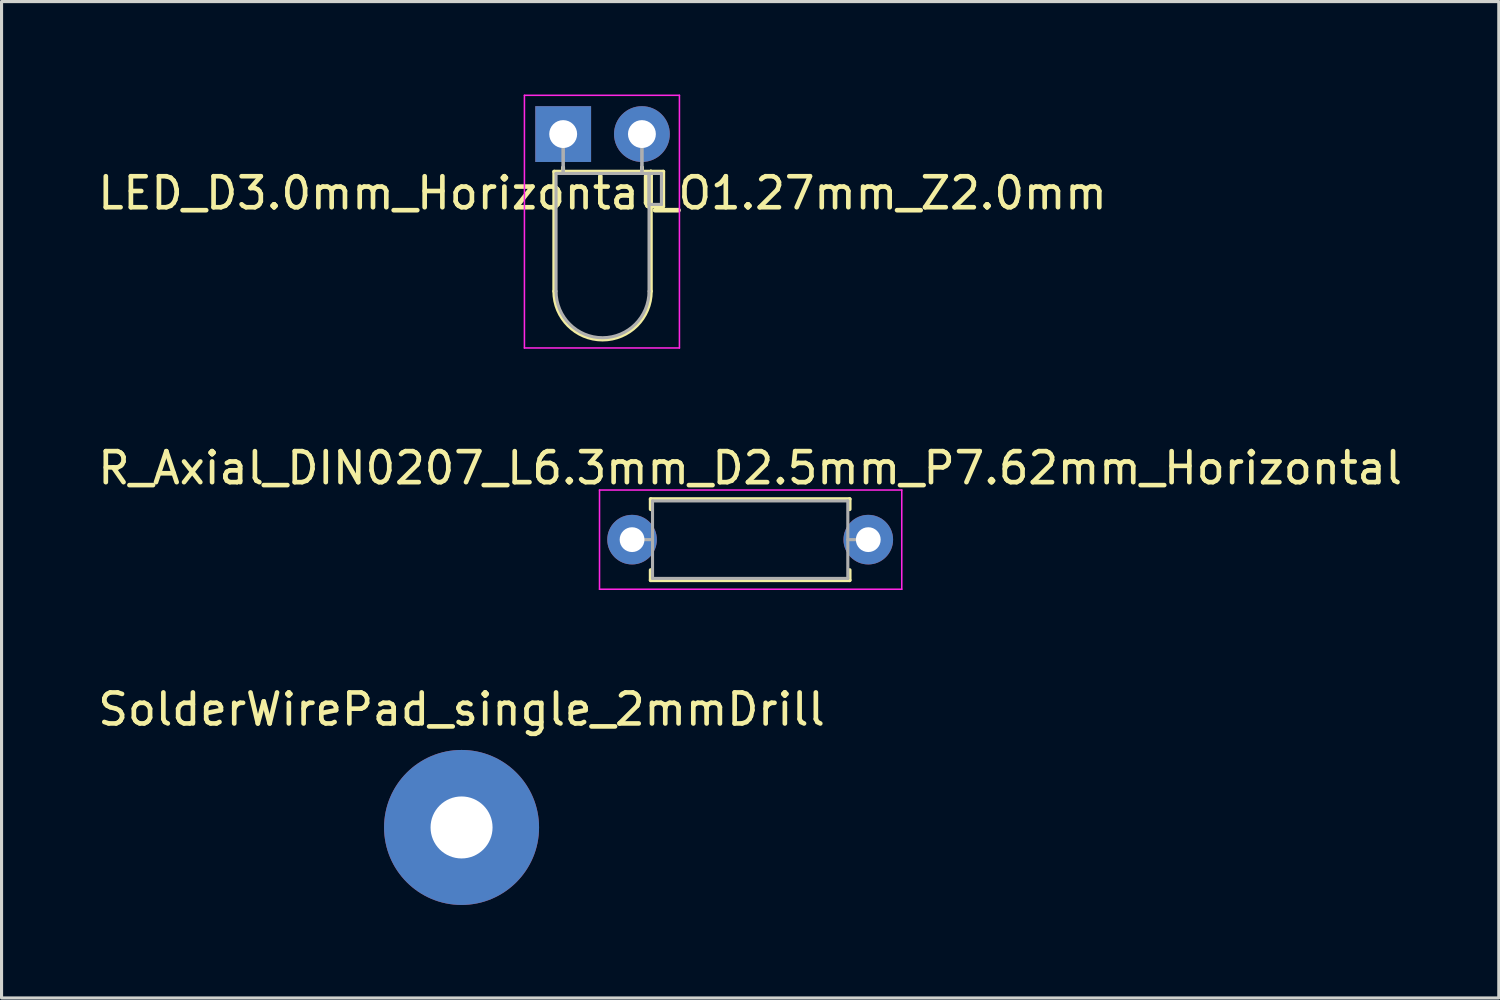
<source format=kicad_pcb>
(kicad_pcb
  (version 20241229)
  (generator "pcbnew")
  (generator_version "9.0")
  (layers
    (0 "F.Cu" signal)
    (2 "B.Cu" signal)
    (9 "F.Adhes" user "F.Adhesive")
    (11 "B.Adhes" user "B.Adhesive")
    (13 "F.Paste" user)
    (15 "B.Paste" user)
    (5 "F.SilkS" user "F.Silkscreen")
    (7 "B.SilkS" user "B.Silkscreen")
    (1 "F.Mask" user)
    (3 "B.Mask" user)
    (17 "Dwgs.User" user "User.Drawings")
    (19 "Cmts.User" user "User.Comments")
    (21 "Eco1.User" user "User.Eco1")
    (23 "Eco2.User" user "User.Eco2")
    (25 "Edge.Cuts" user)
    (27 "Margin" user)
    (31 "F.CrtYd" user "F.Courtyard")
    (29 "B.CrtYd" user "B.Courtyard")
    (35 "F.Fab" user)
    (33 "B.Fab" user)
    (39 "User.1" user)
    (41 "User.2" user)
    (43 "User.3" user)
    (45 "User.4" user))
  (footprint "LED_D3.0mm_Horizontal_O1.27mm_Z2.0mm"
    (layer "F.Cu")
    (at 15.117 1.275)
    (property "Reference" "LED_D3.0mm_Horizontal_O1.27mm_Z2.0mm" (at 1.27 1.905 0) (layer "F.SilkS") (effects (font (size 1 1) (thickness 0.15))))
    (attr through_hole)
    (fp_line (start -0.29 1.21) (end -0.29 5.07) (stroke (width 0.12) (type solid)) (layer "F.SilkS"))
    (fp_line (start -0.29 1.21) (end 2.83 1.21) (stroke (width 0.12) (type solid)) (layer "F.SilkS"))
    (fp_line (start 0 1.08) (end 0 1.08) (stroke (width 0.12) (type solid)) (layer "F.SilkS"))
    (fp_line (start 0 1.08) (end 0 1.21) (stroke (width 0.12) (type solid)) (layer "F.SilkS"))
    (fp_line (start 0 1.21) (end 0 1.08) (stroke (width 0.12) (type solid)) (layer "F.SilkS"))
    (fp_line (start 0 1.21) (end 0 1.21) (stroke (width 0.12) (type solid)) (layer "F.SilkS"))
    (fp_line (start 2.54 1.08) (end 2.54 1.08) (stroke (width 0.12) (type solid)) (layer "F.SilkS"))
    (fp_line (start 2.54 1.08) (end 2.54 1.21) (stroke (width 0.12) (type solid)) (layer "F.SilkS"))
    (fp_line (start 2.54 1.21) (end 2.54 1.08) (stroke (width 0.12) (type solid)) (layer "F.SilkS"))
    (fp_line (start 2.54 1.21) (end 2.54 1.21) (stroke (width 0.12) (type solid)) (layer "F.SilkS"))
    (fp_line (start 2.83 1.21) (end 2.83 5.07) (stroke (width 0.12) (type solid)) (layer "F.SilkS"))
    (fp_line (start 2.83 1.21) (end 3.23 1.21) (stroke (width 0.12) (type solid)) (layer "F.SilkS"))
    (fp_line (start 2.83 2.33) (end 2.83 1.21) (stroke (width 0.12) (type solid)) (layer "F.SilkS"))
    (fp_line (start 3.23 1.21) (end 3.23 2.33) (stroke (width 0.12) (type solid)) (layer "F.SilkS"))
    (fp_line (start 3.23 2.33) (end 2.83 2.33) (stroke (width 0.12) (type solid)) (layer "F.SilkS"))
    (fp_arc (start 2.83 5.07) (mid 1.27 6.63) (end -0.29 5.07) (stroke (width 0.12) (type solid)) (layer "F.SilkS"))
    (fp_line (start -1.25 -1.25) (end -1.25 6.9) (stroke (width 0.05) (type solid)) (layer "F.CrtYd"))
    (fp_line (start -1.25 6.9) (end 3.75 6.9) (stroke (width 0.05) (type solid)) (layer "F.CrtYd"))
    (fp_line (start 3.75 -1.25) (end -1.25 -1.25) (stroke (width 0.05) (type solid)) (layer "F.CrtYd"))
    (fp_line (start 3.75 6.9) (end 3.75 -1.25) (stroke (width 0.05) (type solid)) (layer "F.CrtYd"))
    (fp_line (start -0.23 1.27) (end -0.23 5.07) (stroke (width 0.1) (type solid)) (layer "F.Fab"))
    (fp_line (start -0.23 1.27) (end 2.77 1.27) (stroke (width 0.1) (type solid)) (layer "F.Fab"))
    (fp_line (start 0 0) (end 0 0) (stroke (width 0.1) (type solid)) (layer "F.Fab"))
    (fp_line (start 0 0) (end 0 1.27) (stroke (width 0.1) (type solid)) (layer "F.Fab"))
    (fp_line (start 0 1.27) (end 0 0) (stroke (width 0.1) (type solid)) (layer "F.Fab"))
    (fp_line (start 0 1.27) (end 0 1.27) (stroke (width 0.1) (type solid)) (layer "F.Fab"))
    (fp_line (start 2.54 0) (end 2.54 0) (stroke (width 0.1) (type solid)) (layer "F.Fab"))
    (fp_line (start 2.54 0) (end 2.54 1.27) (stroke (width 0.1) (type solid)) (layer "F.Fab"))
    (fp_line (start 2.54 1.27) (end 2.54 0) (stroke (width 0.1) (type solid)) (layer "F.Fab"))
    (fp_line (start 2.54 1.27) (end 2.54 1.27) (stroke (width 0.1) (type solid)) (layer "F.Fab"))
    (fp_line (start 2.77 1.27) (end 2.77 5.07) (stroke (width 0.1) (type solid)) (layer "F.Fab"))
    (fp_line (start 2.77 1.27) (end 3.17 1.27) (stroke (width 0.1) (type solid)) (layer "F.Fab"))
    (fp_line (start 2.77 2.27) (end 2.77 1.27) (stroke (width 0.1) (type solid)) (layer "F.Fab"))
    (fp_line (start 3.17 1.27) (end 3.17 2.27) (stroke (width 0.1) (type solid)) (layer "F.Fab"))
    (fp_line (start 3.17 2.27) (end 2.77 2.27) (stroke (width 0.1) (type solid)) (layer "F.Fab"))
    (fp_arc (start 2.77 5.07) (mid 1.27 6.57) (end -0.23 5.07) (stroke (width 0.1) (type solid)) (layer "F.Fab"))
    (pad "1" thru_hole rect (at 0 0) (size 1.8 1.8) (drill 0.9) (layers "*.Cu" "*.Mask"))
    (pad "2" thru_hole circle (at 2.54 0) (size 1.8 1.8) (drill 0.9) (layers "*.Cu" "*.Mask")))
  (footprint "R_Axial_DIN0207_L6.3mm_D2.5mm_P7.62mm_Horizontal"
    (layer "F.Cu")
    (at 17.339 14.358)
    (property "Reference" "R_Axial_DIN0207_L6.3mm_D2.5mm_P7.62mm_Horizontal" (at 3.81 -2.31 0) (layer "F.SilkS") (effects (font (size 1 1) (thickness 0.15))))
    (attr through_hole)
    (fp_line (start 0.6 -1.31) (end 7.02 -1.31) (stroke (width 0.12) (type solid)) (layer "F.SilkS"))
    (fp_line (start 0.6 -0.98) (end 0.6 -1.31) (stroke (width 0.12) (type solid)) (layer "F.SilkS"))
    (fp_line (start 0.6 0.98) (end 0.6 1.31) (stroke (width 0.12) (type solid)) (layer "F.SilkS"))
    (fp_line (start 0.6 1.31) (end 7.02 1.31) (stroke (width 0.12) (type solid)) (layer "F.SilkS"))
    (fp_line (start 7.02 -1.31) (end 7.02 -0.98) (stroke (width 0.12) (type solid)) (layer "F.SilkS"))
    (fp_line (start 7.02 1.31) (end 7.02 0.98) (stroke (width 0.12) (type solid)) (layer "F.SilkS"))
    (fp_line (start -1.05 -1.6) (end -1.05 1.6) (stroke (width 0.05) (type solid)) (layer "F.CrtYd"))
    (fp_line (start -1.05 1.6) (end 8.7 1.6) (stroke (width 0.05) (type solid)) (layer "F.CrtYd"))
    (fp_line (start 8.7 -1.6) (end -1.05 -1.6) (stroke (width 0.05) (type solid)) (layer "F.CrtYd"))
    (fp_line (start 8.7 1.6) (end 8.7 -1.6) (stroke (width 0.05) (type solid)) (layer "F.CrtYd"))
    (fp_line (start 0 0) (end 0.66 0) (stroke (width 0.1) (type solid)) (layer "F.Fab"))
    (fp_line (start 0.66 -1.25) (end 0.66 1.25) (stroke (width 0.1) (type solid)) (layer "F.Fab"))
    (fp_line (start 0.66 1.25) (end 6.96 1.25) (stroke (width 0.1) (type solid)) (layer "F.Fab"))
    (fp_line (start 6.96 -1.25) (end 0.66 -1.25) (stroke (width 0.1) (type solid)) (layer "F.Fab"))
    (fp_line (start 6.96 1.25) (end 6.96 -1.25) (stroke (width 0.1) (type solid)) (layer "F.Fab"))
    (fp_line (start 7.62 0) (end 6.96 0) (stroke (width 0.1) (type solid)) (layer "F.Fab"))
    (pad "1" thru_hole circle (at 0 0) (size 1.6 1.6) (drill 0.8) (layers "*.Cu" "*.Mask"))
    (pad "2" thru_hole oval (at 7.62 0) (size 1.6 1.6) (drill 0.8) (layers "*.Cu" "*.Mask")))
  (footprint "SolderWirePad_single_2mmDrill"
    (layer "F.Cu")
    (at 11.839 23.642)
    (property "Reference" "SolderWirePad_single_2mmDrill" (at 0 -3.81 0) (layer "F.SilkS") (effects (font (size 1 1) (thickness 0.15))))
    (attr through_hole)
    (pad "1" thru_hole circle (at 0 0) (size 5 5) (drill 2) (layers "*.Cu" "*.Mask")))
  (gr_rect
    (start -3 -3)
    (end 45.298 29.142)
    (stroke (width 0.1) (type default))
    (fill no)
    (layer "Edge.Cuts")))
</source>
